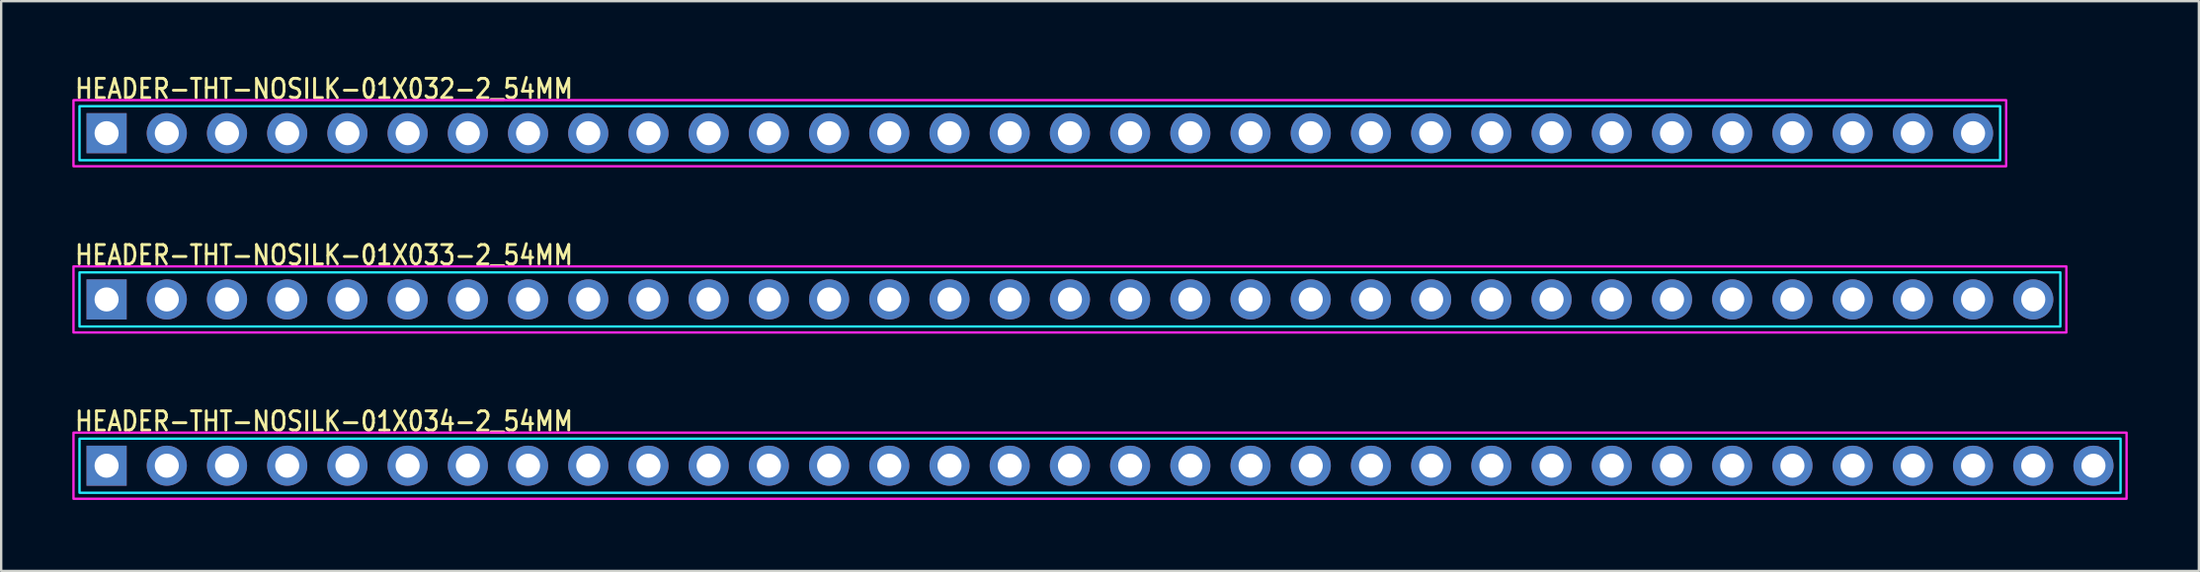
<source format=kicad_pcb>
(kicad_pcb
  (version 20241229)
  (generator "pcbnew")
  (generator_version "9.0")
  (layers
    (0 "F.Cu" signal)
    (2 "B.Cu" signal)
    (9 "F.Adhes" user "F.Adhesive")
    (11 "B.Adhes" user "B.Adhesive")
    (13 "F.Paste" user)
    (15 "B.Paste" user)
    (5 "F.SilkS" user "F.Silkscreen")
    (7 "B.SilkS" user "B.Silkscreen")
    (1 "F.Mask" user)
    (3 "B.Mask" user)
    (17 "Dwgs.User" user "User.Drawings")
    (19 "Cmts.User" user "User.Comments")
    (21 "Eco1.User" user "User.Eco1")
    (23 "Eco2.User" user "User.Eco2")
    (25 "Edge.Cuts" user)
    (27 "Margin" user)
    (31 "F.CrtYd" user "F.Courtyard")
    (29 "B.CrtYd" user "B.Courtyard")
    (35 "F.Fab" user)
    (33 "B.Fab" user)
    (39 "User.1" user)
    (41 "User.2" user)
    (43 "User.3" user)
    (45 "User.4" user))
  (footprint "HEADER-THT-NOSILK-01X034-2_54MM"
    (layer "F.Cu")
    (at 1.447 16.63)
    (property "Reference" "HEADER-THT-NOSILK-01X034-2_54MM" (at -1.4 -1.4 0) (unlocked yes) (layer "F.SilkS") (effects (font (size 0.813 0.695) (thickness 0.122)) (justify left bottom)))
    (fp_poly (pts (xy -1.143 -1.143) (xy 84.963 -1.143) (xy 84.963 1.143) (xy -1.143 1.143)) (stroke (width 0.1) (type solid)) (fill no) (layer "B.CrtYd"))
    (fp_poly (pts (xy -1.397 -1.397) (xy 85.217 -1.397) (xy 85.217 1.397) (xy -1.397 1.397)) (stroke (width 0.1) (type solid)) (fill no) (layer "F.CrtYd"))
    (pad "1" thru_hole rect (at 0 0) (size 1.693 1.693) (drill 1.016) (layers "*.Cu" "*.Mask"))
    (pad "2" thru_hole oval (at 2.54 0) (size 1.693 1.693) (drill 1.016) (layers "*.Cu" "*.Mask"))
    (pad "3" thru_hole oval (at 5.08 0) (size 1.693 1.693) (drill 1.016) (layers "*.Cu" "*.Mask"))
    (pad "4" thru_hole oval (at 7.62 0) (size 1.693 1.693) (drill 1.016) (layers "*.Cu" "*.Mask"))
    (pad "5" thru_hole oval (at 10.16 0) (size 1.693 1.693) (drill 1.016) (layers "*.Cu" "*.Mask"))
    (pad "6" thru_hole oval (at 12.7 0) (size 1.693 1.693) (drill 1.016) (layers "*.Cu" "*.Mask"))
    (pad "7" thru_hole oval (at 15.24 0) (size 1.693 1.693) (drill 1.016) (layers "*.Cu" "*.Mask"))
    (pad "8" thru_hole oval (at 17.78 0) (size 1.693 1.693) (drill 1.016) (layers "*.Cu" "*.Mask"))
    (pad "9" thru_hole oval (at 20.32 0) (size 1.693 1.693) (drill 1.016) (layers "*.Cu" "*.Mask"))
    (pad "10" thru_hole oval (at 22.86 0) (size 1.693 1.693) (drill 1.016) (layers "*.Cu" "*.Mask"))
    (pad "11" thru_hole oval (at 25.4 0) (size 1.693 1.693) (drill 1.016) (layers "*.Cu" "*.Mask"))
    (pad "12" thru_hole oval (at 27.94 0) (size 1.693 1.693) (drill 1.016) (layers "*.Cu" "*.Mask"))
    (pad "13" thru_hole oval (at 30.48 0) (size 1.693 1.693) (drill 1.016) (layers "*.Cu" "*.Mask"))
    (pad "14" thru_hole oval (at 33.02 0) (size 1.693 1.693) (drill 1.016) (layers "*.Cu" "*.Mask"))
    (pad "15" thru_hole oval (at 35.56 0) (size 1.693 1.693) (drill 1.016) (layers "*.Cu" "*.Mask"))
    (pad "16" thru_hole oval (at 38.1 0) (size 1.693 1.693) (drill 1.016) (layers "*.Cu" "*.Mask"))
    (pad "17" thru_hole oval (at 40.64 0) (size 1.693 1.693) (drill 1.016) (layers "*.Cu" "*.Mask"))
    (pad "18" thru_hole oval (at 43.18 0) (size 1.693 1.693) (drill 1.016) (layers "*.Cu" "*.Mask"))
    (pad "19" thru_hole oval (at 45.72 0) (size 1.693 1.693) (drill 1.016) (layers "*.Cu" "*.Mask"))
    (pad "20" thru_hole oval (at 48.26 0) (size 1.693 1.693) (drill 1.016) (layers "*.Cu" "*.Mask"))
    (pad "21" thru_hole oval (at 50.8 0) (size 1.693 1.693) (drill 1.016) (layers "*.Cu" "*.Mask"))
    (pad "22" thru_hole oval (at 53.34 0) (size 1.693 1.693) (drill 1.016) (layers "*.Cu" "*.Mask"))
    (pad "23" thru_hole oval (at 55.88 0) (size 1.693 1.693) (drill 1.016) (layers "*.Cu" "*.Mask"))
    (pad "24" thru_hole oval (at 58.42 0) (size 1.693 1.693) (drill 1.016) (layers "*.Cu" "*.Mask"))
    (pad "25" thru_hole oval (at 60.96 0) (size 1.693 1.693) (drill 1.016) (layers "*.Cu" "*.Mask"))
    (pad "26" thru_hole oval (at 63.5 0) (size 1.693 1.693) (drill 1.016) (layers "*.Cu" "*.Mask"))
    (pad "27" thru_hole oval (at 66.04 0) (size 1.693 1.693) (drill 1.016) (layers "*.Cu" "*.Mask"))
    (pad "28" thru_hole oval (at 68.58 0) (size 1.693 1.693) (drill 1.016) (layers "*.Cu" "*.Mask"))
    (pad "29" thru_hole oval (at 71.12 0) (size 1.693 1.693) (drill 1.016) (layers "*.Cu" "*.Mask"))
    (pad "30" thru_hole oval (at 73.66 0) (size 1.693 1.693) (drill 1.016) (layers "*.Cu" "*.Mask"))
    (pad "31" thru_hole oval (at 76.2 0) (size 1.693 1.693) (drill 1.016) (layers "*.Cu" "*.Mask"))
    (pad "32" thru_hole oval (at 78.74 0) (size 1.693 1.693) (drill 1.016) (layers "*.Cu" "*.Mask"))
    (pad "33" thru_hole oval (at 81.28 0) (size 1.693 1.693) (drill 1.016) (layers "*.Cu" "*.Mask"))
    (pad "34" thru_hole oval (at 83.82 0) (size 1.693 1.693) (drill 1.016) (layers "*.Cu" "*.Mask")))
  (footprint "HEADER-THT-NOSILK-01X033-2_54MM"
    (layer "F.Cu")
    (at 1.447 9.604)
    (property "Reference" "HEADER-THT-NOSILK-01X033-2_54MM" (at -1.4 -1.4 0) (unlocked yes) (layer "F.SilkS") (effects (font (size 0.813 0.695) (thickness 0.122)) (justify left bottom)))
    (fp_poly (pts (xy -1.143 -1.143) (xy 82.423 -1.143) (xy 82.423 1.143) (xy -1.143 1.143)) (stroke (width 0.1) (type solid)) (fill no) (layer "B.CrtYd"))
    (fp_poly (pts (xy -1.397 -1.397) (xy 82.677 -1.397) (xy 82.677 1.397) (xy -1.397 1.397)) (stroke (width 0.1) (type solid)) (fill no) (layer "F.CrtYd"))
    (pad "1" thru_hole rect (at 0 0) (size 1.693 1.693) (drill 1.016) (layers "*.Cu" "*.Mask"))
    (pad "2" thru_hole oval (at 2.54 0) (size 1.693 1.693) (drill 1.016) (layers "*.Cu" "*.Mask"))
    (pad "3" thru_hole oval (at 5.08 0) (size 1.693 1.693) (drill 1.016) (layers "*.Cu" "*.Mask"))
    (pad "4" thru_hole oval (at 7.62 0) (size 1.693 1.693) (drill 1.016) (layers "*.Cu" "*.Mask"))
    (pad "5" thru_hole oval (at 10.16 0) (size 1.693 1.693) (drill 1.016) (layers "*.Cu" "*.Mask"))
    (pad "6" thru_hole oval (at 12.7 0) (size 1.693 1.693) (drill 1.016) (layers "*.Cu" "*.Mask"))
    (pad "7" thru_hole oval (at 15.24 0) (size 1.693 1.693) (drill 1.016) (layers "*.Cu" "*.Mask"))
    (pad "8" thru_hole oval (at 17.78 0) (size 1.693 1.693) (drill 1.016) (layers "*.Cu" "*.Mask"))
    (pad "9" thru_hole oval (at 20.32 0) (size 1.693 1.693) (drill 1.016) (layers "*.Cu" "*.Mask"))
    (pad "10" thru_hole oval (at 22.86 0) (size 1.693 1.693) (drill 1.016) (layers "*.Cu" "*.Mask"))
    (pad "11" thru_hole oval (at 25.4 0) (size 1.693 1.693) (drill 1.016) (layers "*.Cu" "*.Mask"))
    (pad "12" thru_hole oval (at 27.94 0) (size 1.693 1.693) (drill 1.016) (layers "*.Cu" "*.Mask"))
    (pad "13" thru_hole oval (at 30.48 0) (size 1.693 1.693) (drill 1.016) (layers "*.Cu" "*.Mask"))
    (pad "14" thru_hole oval (at 33.02 0) (size 1.693 1.693) (drill 1.016) (layers "*.Cu" "*.Mask"))
    (pad "15" thru_hole oval (at 35.56 0) (size 1.693 1.693) (drill 1.016) (layers "*.Cu" "*.Mask"))
    (pad "16" thru_hole oval (at 38.1 0) (size 1.693 1.693) (drill 1.016) (layers "*.Cu" "*.Mask"))
    (pad "17" thru_hole oval (at 40.64 0) (size 1.693 1.693) (drill 1.016) (layers "*.Cu" "*.Mask"))
    (pad "18" thru_hole oval (at 43.18 0) (size 1.693 1.693) (drill 1.016) (layers "*.Cu" "*.Mask"))
    (pad "19" thru_hole oval (at 45.72 0) (size 1.693 1.693) (drill 1.016) (layers "*.Cu" "*.Mask"))
    (pad "20" thru_hole oval (at 48.26 0) (size 1.693 1.693) (drill 1.016) (layers "*.Cu" "*.Mask"))
    (pad "21" thru_hole oval (at 50.8 0) (size 1.693 1.693) (drill 1.016) (layers "*.Cu" "*.Mask"))
    (pad "22" thru_hole oval (at 53.34 0) (size 1.693 1.693) (drill 1.016) (layers "*.Cu" "*.Mask"))
    (pad "23" thru_hole oval (at 55.88 0) (size 1.693 1.693) (drill 1.016) (layers "*.Cu" "*.Mask"))
    (pad "24" thru_hole oval (at 58.42 0) (size 1.693 1.693) (drill 1.016) (layers "*.Cu" "*.Mask"))
    (pad "25" thru_hole oval (at 60.96 0) (size 1.693 1.693) (drill 1.016) (layers "*.Cu" "*.Mask"))
    (pad "26" thru_hole oval (at 63.5 0) (size 1.693 1.693) (drill 1.016) (layers "*.Cu" "*.Mask"))
    (pad "27" thru_hole oval (at 66.04 0) (size 1.693 1.693) (drill 1.016) (layers "*.Cu" "*.Mask"))
    (pad "28" thru_hole oval (at 68.58 0) (size 1.693 1.693) (drill 1.016) (layers "*.Cu" "*.Mask"))
    (pad "29" thru_hole oval (at 71.12 0) (size 1.693 1.693) (drill 1.016) (layers "*.Cu" "*.Mask"))
    (pad "30" thru_hole oval (at 73.66 0) (size 1.693 1.693) (drill 1.016) (layers "*.Cu" "*.Mask"))
    (pad "31" thru_hole oval (at 76.2 0) (size 1.693 1.693) (drill 1.016) (layers "*.Cu" "*.Mask"))
    (pad "32" thru_hole oval (at 78.74 0) (size 1.693 1.693) (drill 1.016) (layers "*.Cu" "*.Mask"))
    (pad "33" thru_hole oval (at 81.28 0) (size 1.693 1.693) (drill 1.016) (layers "*.Cu" "*.Mask")))
  (footprint "HEADER-THT-NOSILK-01X032-2_54MM"
    (layer "F.Cu")
    (at 1.447 2.579)
    (property "Reference" "HEADER-THT-NOSILK-01X032-2_54MM" (at -1.4 -1.4 0) (unlocked yes) (layer "F.SilkS") (effects (font (size 0.813 0.695) (thickness 0.122)) (justify left bottom)))
    (fp_poly (pts (xy -1.143 -1.143) (xy 79.883 -1.143) (xy 79.883 1.143) (xy -1.143 1.143)) (stroke (width 0.1) (type solid)) (fill no) (layer "B.CrtYd"))
    (fp_poly (pts (xy -1.397 -1.397) (xy 80.137 -1.397) (xy 80.137 1.397) (xy -1.397 1.397)) (stroke (width 0.1) (type solid)) (fill no) (layer "F.CrtYd"))
    (pad "1" thru_hole rect (at 0 0) (size 1.693 1.693) (drill 1.016) (layers "*.Cu" "*.Mask"))
    (pad "2" thru_hole oval (at 2.54 0) (size 1.693 1.693) (drill 1.016) (layers "*.Cu" "*.Mask"))
    (pad "3" thru_hole oval (at 5.08 0) (size 1.693 1.693) (drill 1.016) (layers "*.Cu" "*.Mask"))
    (pad "4" thru_hole oval (at 7.62 0) (size 1.693 1.693) (drill 1.016) (layers "*.Cu" "*.Mask"))
    (pad "5" thru_hole oval (at 10.16 0) (size 1.693 1.693) (drill 1.016) (layers "*.Cu" "*.Mask"))
    (pad "6" thru_hole oval (at 12.7 0) (size 1.693 1.693) (drill 1.016) (layers "*.Cu" "*.Mask"))
    (pad "7" thru_hole oval (at 15.24 0) (size 1.693 1.693) (drill 1.016) (layers "*.Cu" "*.Mask"))
    (pad "8" thru_hole oval (at 17.78 0) (size 1.693 1.693) (drill 1.016) (layers "*.Cu" "*.Mask"))
    (pad "9" thru_hole oval (at 20.32 0) (size 1.693 1.693) (drill 1.016) (layers "*.Cu" "*.Mask"))
    (pad "10" thru_hole oval (at 22.86 0) (size 1.693 1.693) (drill 1.016) (layers "*.Cu" "*.Mask"))
    (pad "11" thru_hole oval (at 25.4 0) (size 1.693 1.693) (drill 1.016) (layers "*.Cu" "*.Mask"))
    (pad "12" thru_hole oval (at 27.94 0) (size 1.693 1.693) (drill 1.016) (layers "*.Cu" "*.Mask"))
    (pad "13" thru_hole oval (at 30.48 0) (size 1.693 1.693) (drill 1.016) (layers "*.Cu" "*.Mask"))
    (pad "14" thru_hole oval (at 33.02 0) (size 1.693 1.693) (drill 1.016) (layers "*.Cu" "*.Mask"))
    (pad "15" thru_hole oval (at 35.56 0) (size 1.693 1.693) (drill 1.016) (layers "*.Cu" "*.Mask"))
    (pad "16" thru_hole oval (at 38.1 0) (size 1.693 1.693) (drill 1.016) (layers "*.Cu" "*.Mask"))
    (pad "17" thru_hole oval (at 40.64 0) (size 1.693 1.693) (drill 1.016) (layers "*.Cu" "*.Mask"))
    (pad "18" thru_hole oval (at 43.18 0) (size 1.693 1.693) (drill 1.016) (layers "*.Cu" "*.Mask"))
    (pad "19" thru_hole oval (at 45.72 0) (size 1.693 1.693) (drill 1.016) (layers "*.Cu" "*.Mask"))
    (pad "20" thru_hole oval (at 48.26 0) (size 1.693 1.693) (drill 1.016) (layers "*.Cu" "*.Mask"))
    (pad "21" thru_hole oval (at 50.8 0) (size 1.693 1.693) (drill 1.016) (layers "*.Cu" "*.Mask"))
    (pad "22" thru_hole oval (at 53.34 0) (size 1.693 1.693) (drill 1.016) (layers "*.Cu" "*.Mask"))
    (pad "23" thru_hole oval (at 55.88 0) (size 1.693 1.693) (drill 1.016) (layers "*.Cu" "*.Mask"))
    (pad "24" thru_hole oval (at 58.42 0) (size 1.693 1.693) (drill 1.016) (layers "*.Cu" "*.Mask"))
    (pad "25" thru_hole oval (at 60.96 0) (size 1.693 1.693) (drill 1.016) (layers "*.Cu" "*.Mask"))
    (pad "26" thru_hole oval (at 63.5 0) (size 1.693 1.693) (drill 1.016) (layers "*.Cu" "*.Mask"))
    (pad "27" thru_hole oval (at 66.04 0) (size 1.693 1.693) (drill 1.016) (layers "*.Cu" "*.Mask"))
    (pad "28" thru_hole oval (at 68.58 0) (size 1.693 1.693) (drill 1.016) (layers "*.Cu" "*.Mask"))
    (pad "29" thru_hole oval (at 71.12 0) (size 1.693 1.693) (drill 1.016) (layers "*.Cu" "*.Mask"))
    (pad "30" thru_hole oval (at 73.66 0) (size 1.693 1.693) (drill 1.016) (layers "*.Cu" "*.Mask"))
    (pad "31" thru_hole oval (at 76.2 0) (size 1.693 1.693) (drill 1.016) (layers "*.Cu" "*.Mask"))
    (pad "32" thru_hole oval (at 78.74 0) (size 1.693 1.693) (drill 1.016) (layers "*.Cu" "*.Mask")))
  (gr_rect
    (start -3 -3)
    (end 89.714 21.077)
    (stroke (width 0.1) (type default))
    (fill no)
    (layer "Edge.Cuts")))
</source>
